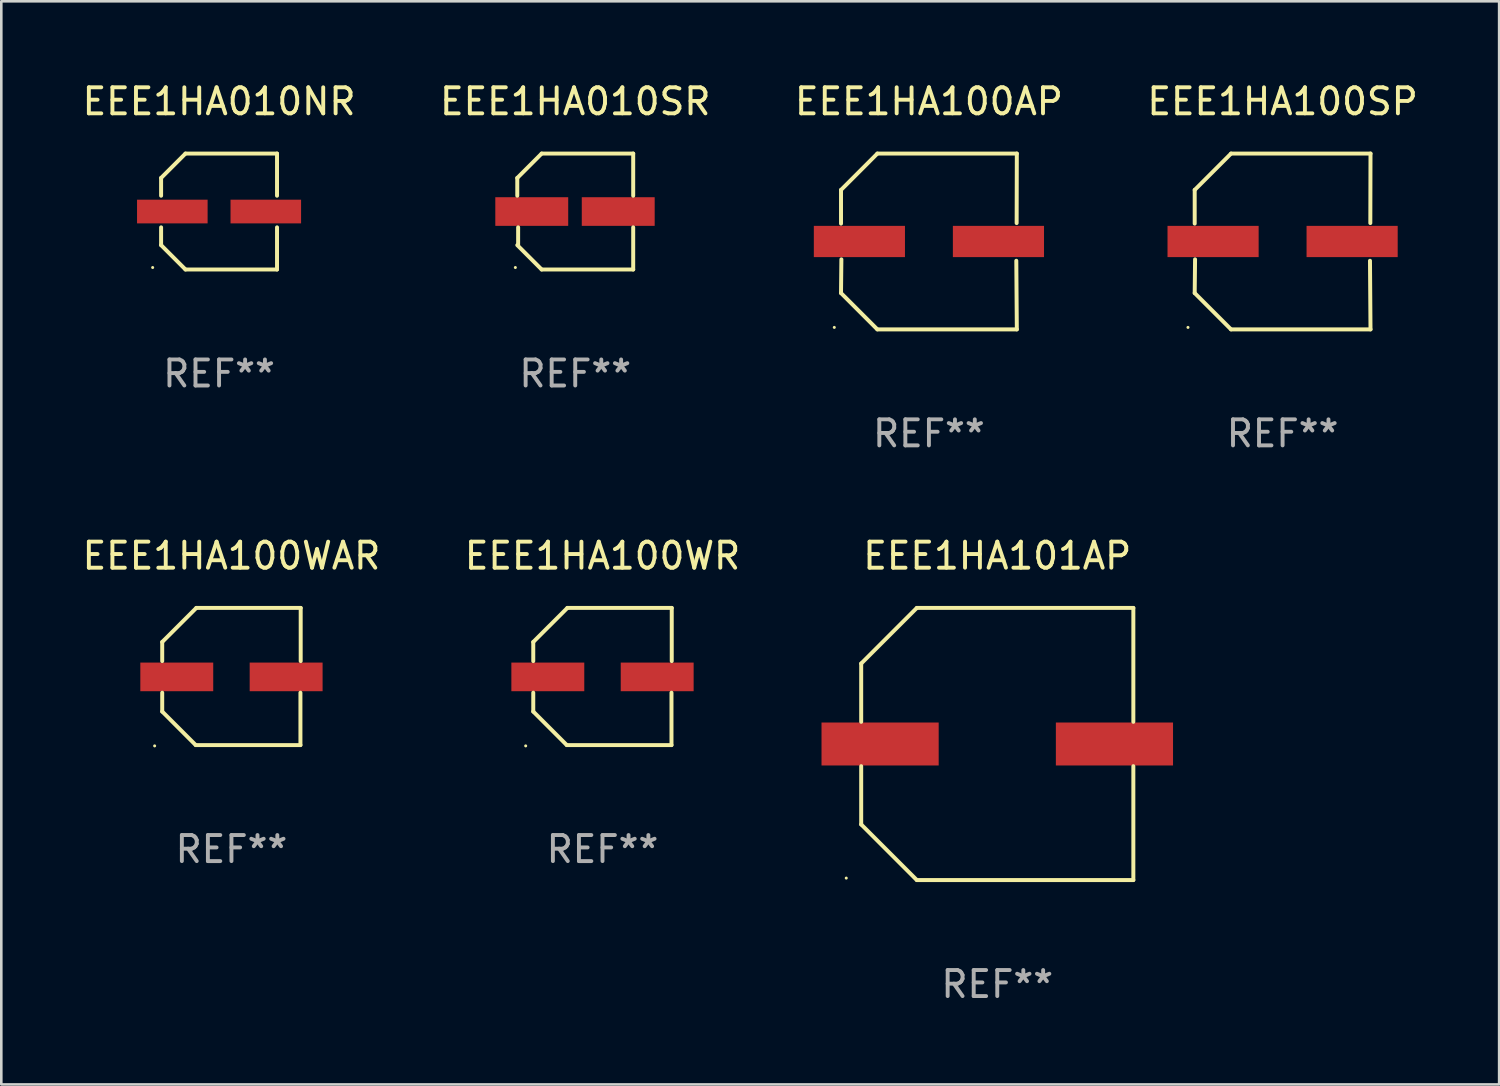
<source format=kicad_pcb>
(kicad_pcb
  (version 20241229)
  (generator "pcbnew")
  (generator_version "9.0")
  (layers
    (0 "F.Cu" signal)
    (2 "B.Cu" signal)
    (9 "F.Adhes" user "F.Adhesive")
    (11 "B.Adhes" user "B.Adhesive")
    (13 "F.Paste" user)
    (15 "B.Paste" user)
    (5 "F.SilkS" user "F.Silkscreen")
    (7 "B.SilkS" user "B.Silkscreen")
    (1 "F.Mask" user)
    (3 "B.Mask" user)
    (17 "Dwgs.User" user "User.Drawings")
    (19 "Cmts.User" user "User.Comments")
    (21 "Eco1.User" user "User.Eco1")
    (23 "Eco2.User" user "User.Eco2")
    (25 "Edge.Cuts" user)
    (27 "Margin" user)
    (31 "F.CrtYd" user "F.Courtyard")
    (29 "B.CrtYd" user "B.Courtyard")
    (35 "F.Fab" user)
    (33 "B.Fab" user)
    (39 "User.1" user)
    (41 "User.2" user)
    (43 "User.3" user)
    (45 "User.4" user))
  (footprint "EEE1HA100WAR"
    (layer "F.Cu")
    (at 5.839 22.931)
    (property "Reference" "EEE1HA100WAR" (at 0 -4.634 0) (layer "F.SilkS") (effects (font (size 1 1) (thickness 0.15))))
    (attr through_hole)
    (fp_line (start -2.659 -1.326) (end -2.659 -0.592) (stroke (width 0.152) (type solid)) (layer "F.SilkS"))
    (fp_line (start -2.659 1.346) (end -2.659 0.622) (stroke (width 0.152) (type solid)) (layer "F.SilkS"))
    (fp_line (start -1.372 2.634) (end -2.659 1.346) (stroke (width 0.152) (type solid)) (layer "F.SilkS"))
    (fp_line (start -1.349 -2.634) (end -2.659 -1.326) (stroke (width 0.152) (type solid)) (layer "F.SilkS"))
    (fp_line (start 2.649 0.622) (end 2.649 2.634) (stroke (width 0.152) (type solid)) (layer "F.SilkS"))
    (fp_line (start 2.649 2.634) (end -1.372 2.634) (stroke (width 0.152) (type solid)) (layer "F.SilkS"))
    (fp_line (start 2.659 -2.634) (end -1.349 -2.634) (stroke (width 0.152) (type solid)) (layer "F.SilkS"))
    (fp_line (start 2.659 -0.592) (end 2.659 -2.634) (stroke (width 0.152) (type solid)) (layer "F.SilkS"))
    (fp_circle (center -2.95 2.665) (end -2.92 2.665) (stroke (width 0.06) (type solid)) (fill no) (layer "F.SilkS"))
    (fp_text user "REF**" (at 0 6.634 0) (layer "F.Fab") (effects (font (size 1 1) (thickness 0.15))))
    (pad "1" smd rect (at -2.1 0.015) (size 2.8 1.1) (layers "F.Cu" "F.Mask" "F.Paste"))
    (pad "2" smd rect (at 2.1 0.015) (size 2.8 1.1) (layers "F.Cu" "F.Mask" "F.Paste")))
  (footprint "EEE1HA010NR"
    (layer "F.Cu")
    (at 5.363 5.074)
    (property "Reference" "EEE1HA010NR" (at 0 -4.226 0) (layer "F.SilkS") (effects (font (size 1 1) (thickness 0.15))))
    (attr through_hole)
    (fp_line (start -2.226 -1.29) (end -1.29 -2.226) (stroke (width 0.152) (type solid)) (layer "F.SilkS"))
    (fp_line (start -2.226 -0.607) (end -2.226 -1.29) (stroke (width 0.152) (type solid)) (layer "F.SilkS"))
    (fp_line (start -2.226 0.607) (end -2.226 1.29) (stroke (width 0.152) (type solid)) (layer "F.SilkS"))
    (fp_line (start -2.226 1.29) (end -1.29 2.226) (stroke (width 0.152) (type solid)) (layer "F.SilkS"))
    (fp_line (start -1.29 -2.226) (end 2.226 -2.226) (stroke (width 0.152) (type solid)) (layer "F.SilkS"))
    (fp_line (start -1.29 2.226) (end 2.226 2.226) (stroke (width 0.152) (type solid)) (layer "F.SilkS"))
    (fp_line (start 2.226 -2.226) (end 2.226 -0.607) (stroke (width 0.152) (type solid)) (layer "F.SilkS"))
    (fp_line (start 2.226 2.226) (end 2.226 0.607) (stroke (width 0.152) (type solid)) (layer "F.SilkS"))
    (fp_circle (center -2.55 2.15) (end -2.52 2.15) (stroke (width 0.06) (type solid)) (fill no) (layer "F.SilkS"))
    (fp_text user "REF**" (at 0 6.226 0) (layer "F.Fab") (effects (font (size 1 1) (thickness 0.15))))
    (pad "1" smd rect (at -1.795 -0.000013) (size 2.71 0.91) (layers "F.Cu" "F.Mask" "F.Paste"))
    (pad "2" smd rect (at 1.795 -0.000013) (size 2.71 0.91) (layers "F.Cu" "F.Mask" "F.Paste")))
  (footprint "EEE1HA101AP"
    (layer "F.Cu")
    (at 35.25 25.523)
    (property "Reference" "EEE1HA101AP" (at 0 -7.226 0) (layer "F.SilkS") (effects (font (size 1 1) (thickness 0.15))))
    (attr through_hole)
    (fp_line (start -5.226 -3.09) (end -5.226 -0.852) (stroke (width 0.152) (type solid)) (layer "F.SilkS"))
    (fp_line (start -5.226 3.09) (end -5.226 0.852) (stroke (width 0.152) (type solid)) (layer "F.SilkS"))
    (fp_line (start -3.09 -5.226) (end -5.226 -3.09) (stroke (width 0.152) (type solid)) (layer "F.SilkS"))
    (fp_line (start -3.09 5.226) (end -5.226 3.09) (stroke (width 0.152) (type solid)) (layer "F.SilkS"))
    (fp_line (start 5.226 -5.226) (end -3.09 -5.226) (stroke (width 0.152) (type solid)) (layer "F.SilkS"))
    (fp_line (start 5.226 -0.852) (end 5.226 -5.226) (stroke (width 0.152) (type solid)) (layer "F.SilkS"))
    (fp_line (start 5.226 0.852) (end 5.226 5.226) (stroke (width 0.152) (type solid)) (layer "F.SilkS"))
    (fp_line (start 5.226 5.226) (end -3.09 5.226) (stroke (width 0.152) (type solid)) (layer "F.SilkS"))
    (fp_circle (center -5.8 5.15) (end -5.77 5.15) (stroke (width 0.06) (type solid)) (fill no) (layer "F.SilkS"))
    (fp_text user "REF**" (at 0 9.226 0) (layer "F.Fab") (effects (font (size 1 1) (thickness 0.15))))
    (pad "1" smd rect (at -4.5 0) (size 4.5 1.65) (layers "F.Cu" "F.Mask" "F.Paste"))
    (pad "2" smd rect (at 4.5 0) (size 4.5 1.65) (layers "F.Cu" "F.Mask" "F.Paste")))
  (footprint "EEE1HA100AP"
    (layer "F.Cu")
    (at 32.625 6.224)
    (property "Reference" "EEE1HA100AP" (at 0 -5.376 0) (layer "F.SilkS") (effects (font (size 1 1) (thickness 0.15))))
    (attr through_hole)
    (fp_line (start -3.376 -1.98) (end -3.376 -0.686) (stroke (width 0.152) (type solid)) (layer "F.SilkS"))
    (fp_line (start -3.376 1.981) (end -3.362 0.686) (stroke (width 0.152) (type solid)) (layer "F.SilkS"))
    (fp_line (start -1.981 3.376) (end -3.376 1.981) (stroke (width 0.152) (type solid)) (layer "F.SilkS"))
    (fp_line (start -1.98 -3.376) (end -3.376 -1.98) (stroke (width 0.152) (type solid)) (layer "F.SilkS"))
    (fp_line (start 3.356 0.74) (end 3.376 3.376) (stroke (width 0.152) (type solid)) (layer "F.SilkS"))
    (fp_line (start 3.369 -0.707) (end 3.376 -3.376) (stroke (width 0.152) (type solid)) (layer "F.SilkS"))
    (fp_line (start 3.376 3.376) (end -1.981 3.376) (stroke (width 0.152) (type solid)) (layer "F.SilkS"))
    (fp_line (start 3.376 -3.376) (end -1.98 -3.376) (stroke (width 0.152) (type solid)) (layer "F.SilkS"))
    (fp_circle (center -3.634 3.3) (end -3.604 3.3) (stroke (width 0.06) (type solid)) (fill no) (layer "F.SilkS"))
    (fp_text user "REF**" (at 0 7.376 0) (layer "F.Fab") (effects (font (size 1 1) (thickness 0.15))))
    (pad "1" smd rect (at -2.67 0.000254) (size 3.5 1.2) (layers "F.Cu" "F.Mask" "F.Paste"))
    (pad "2" smd rect (at 2.67 0.000254) (size 3.5 1.2) (layers "F.Cu" "F.Mask" "F.Paste")))
  (footprint "EEE1HA010SR"
    (layer "F.Cu")
    (at 19.042 5.074)
    (property "Reference" "EEE1HA010SR" (at 0 -4.226 0) (layer "F.SilkS") (effects (font (size 1 1) (thickness 0.15))))
    (attr through_hole)
    (fp_line (start -2.226 -1.29) (end -2.226 -0.607) (stroke (width 0.152) (type solid)) (layer "F.SilkS"))
    (fp_line (start -2.193 1.29) (end -2.193 0.607) (stroke (width 0.152) (type solid)) (layer "F.SilkS"))
    (fp_line (start -1.29 2.226) (end -2.226 1.29) (stroke (width 0.152) (type solid)) (layer "F.SilkS"))
    (fp_line (start -1.29 -2.226) (end -2.226 -1.29) (stroke (width 0.152) (type solid)) (layer "F.SilkS"))
    (fp_line (start 2.226 -2.226) (end -1.29 -2.226) (stroke (width 0.152) (type solid)) (layer "F.SilkS"))
    (fp_line (start 2.226 -0.607) (end 2.226 -2.226) (stroke (width 0.152) (type solid)) (layer "F.SilkS"))
    (fp_line (start 2.226 0.607) (end 2.226 2.226) (stroke (width 0.152) (type solid)) (layer "F.SilkS"))
    (fp_line (start 2.226 2.226) (end -1.29 2.226) (stroke (width 0.152) (type solid)) (layer "F.SilkS"))
    (fp_circle (center -2.3 2.15) (end -2.27 2.15) (stroke (width 0.06) (type solid)) (fill no) (layer "F.SilkS"))
    (fp_text user "REF**" (at 0 6.226 0) (layer "F.Fab") (effects (font (size 1 1) (thickness 0.15))))
    (pad "1" smd rect (at -1.67 -0.000025) (size 2.8 1.1) (layers "F.Cu" "F.Mask" "F.Paste"))
    (pad "2" smd rect (at 1.651 -0.000025) (size 2.8 1.1) (layers "F.Cu" "F.Mask" "F.Paste")))
  (footprint "EEE1HA100SP"
    (layer "F.Cu")
    (at 46.208 6.224)
    (property "Reference" "EEE1HA100SP" (at 0 -5.376 0) (layer "F.SilkS") (effects (font (size 1 1) (thickness 0.15))))
    (attr through_hole)
    (fp_line (start -3.376 -1.98) (end -3.376 -0.686) (stroke (width 0.152) (type solid)) (layer "F.SilkS"))
    (fp_line (start -3.376 1.981) (end -3.362 0.686) (stroke (width 0.152) (type solid)) (layer "F.SilkS"))
    (fp_line (start -1.981 3.376) (end -3.376 1.981) (stroke (width 0.152) (type solid)) (layer "F.SilkS"))
    (fp_line (start -1.98 -3.376) (end -3.376 -1.98) (stroke (width 0.152) (type solid)) (layer "F.SilkS"))
    (fp_line (start 3.356 0.74) (end 3.376 3.376) (stroke (width 0.152) (type solid)) (layer "F.SilkS"))
    (fp_line (start 3.369 -0.707) (end 3.376 -3.376) (stroke (width 0.152) (type solid)) (layer "F.SilkS"))
    (fp_line (start 3.376 3.376) (end -1.981 3.376) (stroke (width 0.152) (type solid)) (layer "F.SilkS"))
    (fp_line (start 3.376 -3.376) (end -1.98 -3.376) (stroke (width 0.152) (type solid)) (layer "F.SilkS"))
    (fp_circle (center -3.634 3.3) (end -3.604 3.3) (stroke (width 0.06) (type solid)) (fill no) (layer "F.SilkS"))
    (fp_text user "REF**" (at 0 7.376 0) (layer "F.Fab") (effects (font (size 1 1) (thickness 0.15))))
    (pad "1" smd rect (at -2.67 0.000254) (size 3.5 1.2) (layers "F.Cu" "F.Mask" "F.Paste"))
    (pad "2" smd rect (at 2.67 0.000254) (size 3.5 1.2) (layers "F.Cu" "F.Mask" "F.Paste")))
  (footprint "EEE1HA100WR"
    (layer "F.Cu")
    (at 20.089 22.931)
    (property "Reference" "EEE1HA100WR" (at 0 -4.634 0) (layer "F.SilkS") (effects (font (size 1 1) (thickness 0.15))))
    (attr through_hole)
    (fp_line (start -2.659 -1.326) (end -2.659 -0.592) (stroke (width 0.152) (type solid)) (layer "F.SilkS"))
    (fp_line (start -2.659 1.346) (end -2.659 0.622) (stroke (width 0.152) (type solid)) (layer "F.SilkS"))
    (fp_line (start -1.372 2.634) (end -2.659 1.346) (stroke (width 0.152) (type solid)) (layer "F.SilkS"))
    (fp_line (start -1.349 -2.634) (end -2.659 -1.326) (stroke (width 0.152) (type solid)) (layer "F.SilkS"))
    (fp_line (start 2.649 0.622) (end 2.649 2.634) (stroke (width 0.152) (type solid)) (layer "F.SilkS"))
    (fp_line (start 2.649 2.634) (end -1.372 2.634) (stroke (width 0.152) (type solid)) (layer "F.SilkS"))
    (fp_line (start 2.659 -2.634) (end -1.349 -2.634) (stroke (width 0.152) (type solid)) (layer "F.SilkS"))
    (fp_line (start 2.659 -0.592) (end 2.659 -2.634) (stroke (width 0.152) (type solid)) (layer "F.SilkS"))
    (fp_circle (center -2.95 2.665) (end -2.92 2.665) (stroke (width 0.06) (type solid)) (fill no) (layer "F.SilkS"))
    (fp_text user "REF**" (at 0 6.634 0) (layer "F.Fab") (effects (font (size 1 1) (thickness 0.15))))
    (pad "1" smd rect (at -2.1 0.015) (size 2.8 1.1) (layers "F.Cu" "F.Mask" "F.Paste"))
    (pad "2" smd rect (at 2.1 0.015) (size 2.8 1.1) (layers "F.Cu" "F.Mask" "F.Paste")))
  (gr_rect
    (start -3 -3)
    (end 54.524 38.597)
    (stroke (width 0.1) (type default))
    (fill no)
    (layer "Edge.Cuts")))
</source>
